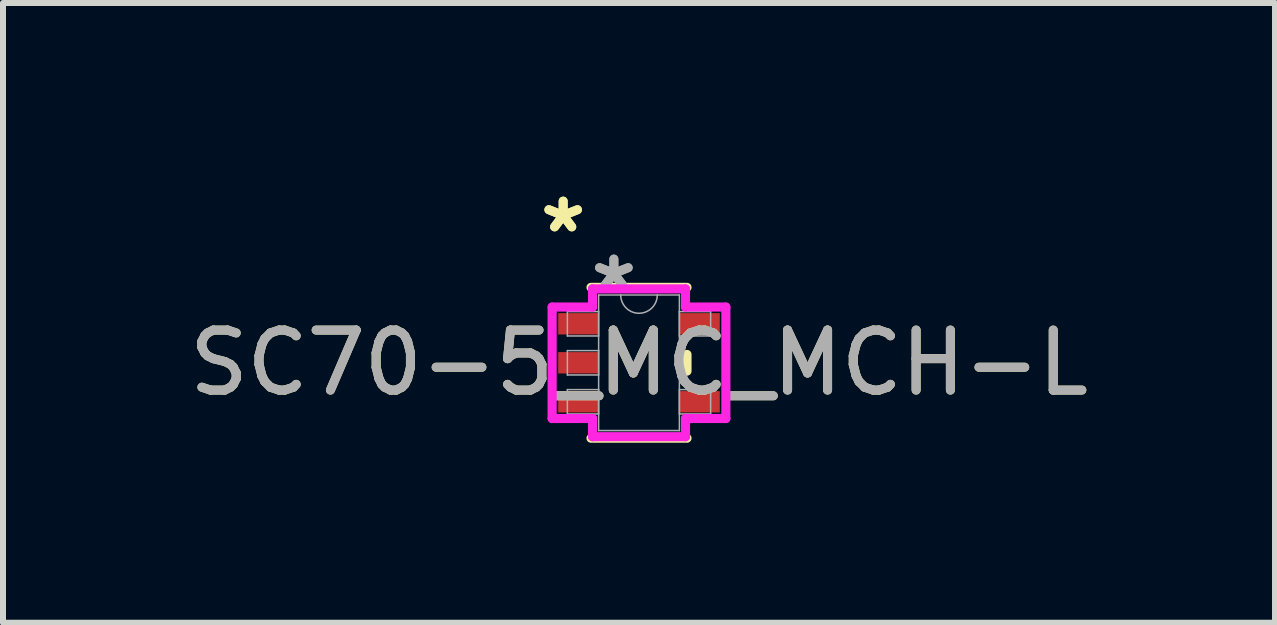
<source format=kicad_pcb>
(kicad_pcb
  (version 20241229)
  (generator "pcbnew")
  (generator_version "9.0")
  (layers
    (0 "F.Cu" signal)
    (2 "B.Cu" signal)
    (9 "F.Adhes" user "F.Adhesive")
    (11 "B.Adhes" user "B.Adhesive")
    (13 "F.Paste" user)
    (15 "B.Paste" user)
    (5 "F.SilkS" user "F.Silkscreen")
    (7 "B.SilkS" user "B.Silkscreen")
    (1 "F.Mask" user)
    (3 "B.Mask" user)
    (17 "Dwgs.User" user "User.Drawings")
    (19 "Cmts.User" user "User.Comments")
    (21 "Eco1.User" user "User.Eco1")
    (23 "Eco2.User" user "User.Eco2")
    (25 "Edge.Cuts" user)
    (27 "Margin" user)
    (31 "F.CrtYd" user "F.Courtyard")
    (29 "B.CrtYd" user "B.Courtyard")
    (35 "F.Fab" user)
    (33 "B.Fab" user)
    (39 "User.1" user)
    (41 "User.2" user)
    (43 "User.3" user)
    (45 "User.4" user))
  (footprint "SC70-5_MC_MCH-L"
    (layer "F.Cu")
    (at 7.601 2.997)
    (property "Reference" "SC70-5_MC_MCH-L" (at 0 0 0) (unlocked yes) (layer "F.SilkS") (effects (font (size 1 1) (thickness 0.15))))
    (attr smd)
    (fp_line (start -0.8 1.257) (end 0.8 1.257) (stroke (width 0.152) (type solid)) (layer "F.SilkS"))
    (fp_line (start 0.8 -1.257) (end -0.8 -1.257) (stroke (width 0.152) (type solid)) (layer "F.SilkS"))
    (fp_line (start 0.8 0.139) (end 0.8 -0.139) (stroke (width 0.152) (type solid)) (layer "F.SilkS"))
    (fp_line (start -1.448 -0.929) (end -0.775 -0.929) (stroke (width 0.152) (type solid)) (layer "F.CrtYd"))
    (fp_line (start -1.448 0.929) (end -1.448 -0.929) (stroke (width 0.152) (type solid)) (layer "F.CrtYd"))
    (fp_line (start -0.775 -1.232) (end 0.775 -1.232) (stroke (width 0.152) (type solid)) (layer "F.CrtYd"))
    (fp_line (start -0.775 -0.929) (end -0.775 -1.232) (stroke (width 0.152) (type solid)) (layer "F.CrtYd"))
    (fp_line (start -0.775 0.929) (end -1.448 0.929) (stroke (width 0.152) (type solid)) (layer "F.CrtYd"))
    (fp_line (start -0.775 1.232) (end -0.775 0.929) (stroke (width 0.152) (type solid)) (layer "F.CrtYd"))
    (fp_line (start 0.775 -1.232) (end 0.775 -0.929) (stroke (width 0.152) (type solid)) (layer "F.CrtYd"))
    (fp_line (start 0.775 -0.929) (end 1.448 -0.929) (stroke (width 0.152) (type solid)) (layer "F.CrtYd"))
    (fp_line (start 0.775 0.929) (end 0.775 1.232) (stroke (width 0.152) (type solid)) (layer "F.CrtYd"))
    (fp_line (start 0.775 1.232) (end -0.775 1.232) (stroke (width 0.152) (type solid)) (layer "F.CrtYd"))
    (fp_line (start 1.448 -0.929) (end 1.448 0.929) (stroke (width 0.152) (type solid)) (layer "F.CrtYd"))
    (fp_line (start 1.448 0.929) (end 0.775 0.929) (stroke (width 0.152) (type solid)) (layer "F.CrtYd"))
    (fp_line (start -1.194 -0.853) (end -1.194 -0.447) (stroke (width 0.025) (type solid)) (layer "F.Fab"))
    (fp_line (start -1.194 -0.447) (end -0.673 -0.447) (stroke (width 0.025) (type solid)) (layer "F.Fab"))
    (fp_line (start -1.194 -0.203) (end -1.194 0.203) (stroke (width 0.025) (type solid)) (layer "F.Fab"))
    (fp_line (start -1.194 0.203) (end -0.673 0.203) (stroke (width 0.025) (type solid)) (layer "F.Fab"))
    (fp_line (start -1.194 0.447) (end -1.194 0.853) (stroke (width 0.025) (type solid)) (layer "F.Fab"))
    (fp_line (start -1.194 0.853) (end -0.673 0.853) (stroke (width 0.025) (type solid)) (layer "F.Fab"))
    (fp_line (start -0.673 -1.13) (end -0.673 1.13) (stroke (width 0.025) (type solid)) (layer "F.Fab"))
    (fp_line (start -0.673 -0.853) (end -1.194 -0.853) (stroke (width 0.025) (type solid)) (layer "F.Fab"))
    (fp_line (start -0.673 -0.447) (end -0.673 -0.853) (stroke (width 0.025) (type solid)) (layer "F.Fab"))
    (fp_line (start -0.673 -0.203) (end -1.194 -0.203) (stroke (width 0.025) (type solid)) (layer "F.Fab"))
    (fp_line (start -0.673 0.203) (end -0.673 -0.203) (stroke (width 0.025) (type solid)) (layer "F.Fab"))
    (fp_line (start -0.673 0.447) (end -1.194 0.447) (stroke (width 0.025) (type solid)) (layer "F.Fab"))
    (fp_line (start -0.673 0.853) (end -0.673 0.447) (stroke (width 0.025) (type solid)) (layer "F.Fab"))
    (fp_line (start -0.673 1.13) (end 0.673 1.13) (stroke (width 0.025) (type solid)) (layer "F.Fab"))
    (fp_line (start 0.673 -1.13) (end -0.673 -1.13) (stroke (width 0.025) (type solid)) (layer "F.Fab"))
    (fp_line (start 0.673 -0.853) (end 0.673 -0.447) (stroke (width 0.025) (type solid)) (layer "F.Fab"))
    (fp_line (start 0.673 -0.447) (end 1.194 -0.447) (stroke (width 0.025) (type solid)) (layer "F.Fab"))
    (fp_line (start 0.673 0.447) (end 0.673 0.853) (stroke (width 0.025) (type solid)) (layer "F.Fab"))
    (fp_line (start 0.673 0.853) (end 1.194 0.853) (stroke (width 0.025) (type solid)) (layer "F.Fab"))
    (fp_line (start 0.673 1.13) (end 0.673 -1.13) (stroke (width 0.025) (type solid)) (layer "F.Fab"))
    (fp_line (start 1.194 -0.853) (end 0.673 -0.853) (stroke (width 0.025) (type solid)) (layer "F.Fab"))
    (fp_line (start 1.194 -0.447) (end 1.194 -0.853) (stroke (width 0.025) (type solid)) (layer "F.Fab"))
    (fp_line (start 1.194 0.447) (end 0.673 0.447) (stroke (width 0.025) (type solid)) (layer "F.Fab"))
    (fp_line (start 1.194 0.853) (end 1.194 0.447) (stroke (width 0.025) (type solid)) (layer "F.Fab"))
    (fp_arc (start 0.3048 -1.1303) (mid 0 -0.8255) (end -0.3048 -1.1303) (stroke (width 0.0254) (type solid)) (layer "F.Fab"))
    (fp_text user "*" (at -1.264 -2.149 0) (unlocked yes) (layer "F.SilkS") (effects (font (size 1 1) (thickness 0.15))))
    (fp_text user "*" (at -1.264 -2.149 0) (layer "F.SilkS") (effects (font (size 1 1) (thickness 0.15))))
    (fp_text user "${REFERENCE}" (at 0 0 0) (unlocked yes) (layer "F.Fab") (effects (font (size 1 1) (thickness 0.15))))
    (fp_text user "*" (at -0.419 -1.183 0) (unlocked yes) (layer "F.Fab") (effects (font (size 1 1) (thickness 0.15))))
    (fp_text user "*" (at -0.419 -1.183 0) (layer "F.Fab") (effects (font (size 1 1) (thickness 0.15))))
    (pad "1" smd rect (at -1.01 -0.65) (size 0.673 0.356) (layers "F.Cu" "F.Mask" "F.Paste"))
    (pad "2" smd rect (at -1.01 0) (size 0.673 0.356) (layers "F.Cu" "F.Mask" "F.Paste"))
    (pad "3" smd rect (at -1.01 0.65) (size 0.673 0.356) (layers "F.Cu" "F.Mask" "F.Paste"))
    (pad "4" smd rect (at 1.01 0.65) (size 0.673 0.356) (layers "F.Cu" "F.Mask" "F.Paste"))
    (pad "5" smd rect (at 1.01 -0.65) (size 0.673 0.356) (layers "F.Cu" "F.Mask" "F.Paste")))
  (gr_rect
    (start -3 -3)
    (end 18.202 7.33)
    (stroke (width 0.1) (type default))
    (fill no)
    (layer "Edge.Cuts")))
</source>
